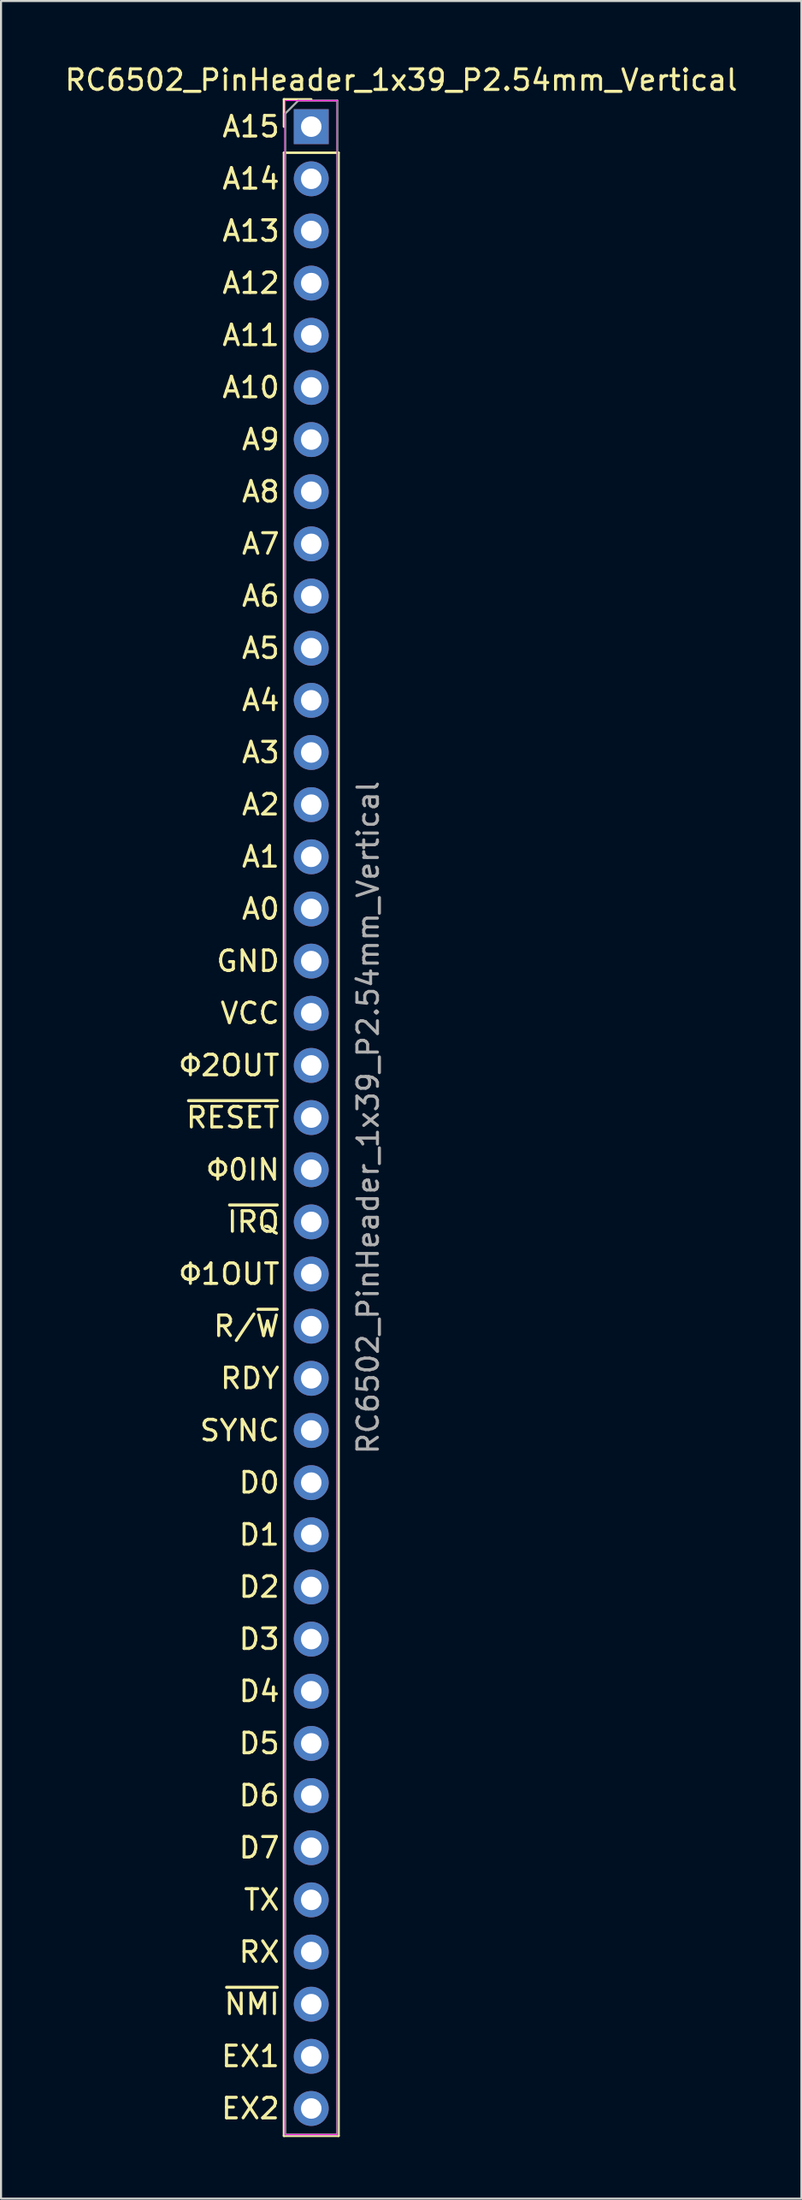
<source format=kicad_pcb>
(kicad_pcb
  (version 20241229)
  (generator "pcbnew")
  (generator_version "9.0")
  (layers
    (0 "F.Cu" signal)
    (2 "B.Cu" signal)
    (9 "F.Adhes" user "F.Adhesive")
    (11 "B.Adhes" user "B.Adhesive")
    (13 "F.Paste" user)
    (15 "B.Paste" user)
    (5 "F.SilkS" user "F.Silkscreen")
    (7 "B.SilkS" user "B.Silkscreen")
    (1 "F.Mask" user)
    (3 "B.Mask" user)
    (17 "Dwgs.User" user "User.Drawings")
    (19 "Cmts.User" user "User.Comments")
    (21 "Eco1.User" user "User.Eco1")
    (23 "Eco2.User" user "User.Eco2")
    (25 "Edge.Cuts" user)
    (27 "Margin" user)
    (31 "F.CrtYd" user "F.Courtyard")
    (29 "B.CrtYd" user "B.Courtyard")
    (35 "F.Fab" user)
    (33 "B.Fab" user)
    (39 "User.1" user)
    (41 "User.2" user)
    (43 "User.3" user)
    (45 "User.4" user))
  (footprint "RC6502_PinHeader_1x39_P2.54mm_Vertical"
    (layer "F.Cu")
    (at 12.121 3.118)
    (property "Reference" "RC6502_PinHeader_1x39_P2.54mm_Vertical" (at 4.385 -2.27 0) (layer "F.SilkS") (effects (font (size 1 1) (thickness 0.15))))
    (attr through_hole)
    (fp_line (start -1.33 -1.33) (end 0 -1.33) (stroke (width 0.12) (type solid)) (layer "F.SilkS"))
    (fp_line (start -1.33 0) (end -1.33 -1.33) (stroke (width 0.12) (type solid)) (layer "F.SilkS"))
    (fp_line (start -1.33 1.27) (end -1.33 97.85) (stroke (width 0.12) (type solid)) (layer "F.SilkS"))
    (fp_line (start -1.33 1.27) (end 1.33 1.27) (stroke (width 0.12) (type solid)) (layer "F.SilkS"))
    (fp_line (start -1.33 97.85) (end 1.33 97.85) (stroke (width 0.12) (type solid)) (layer "F.SilkS"))
    (fp_line (start 1.33 1.27) (end 1.33 97.85) (stroke (width 0.12) (type solid)) (layer "F.SilkS"))
    (fp_line (start -1.27 -1.27) (end -1.27 97.79) (stroke (width 0.05) (type solid)) (layer "F.CrtYd"))
    (fp_line (start -1.27 -1.27) (end 1.27 -1.27) (stroke (width 0.05) (type solid)) (layer "F.CrtYd"))
    (fp_line (start -1.27 97.79) (end 1.27 97.79) (stroke (width 0.05) (type solid)) (layer "F.CrtYd"))
    (fp_line (start 1.27 -1.27) (end 1.27 97.79) (stroke (width 0.05) (type solid)) (layer "F.CrtYd"))
    (fp_line (start -1.27 -0.635) (end -0.635 -1.27) (stroke (width 0.1) (type solid)) (layer "F.Fab"))
    (fp_line (start -1.27 97.79) (end -1.27 -0.635) (stroke (width 0.1) (type solid)) (layer "F.Fab"))
    (fp_line (start -0.635 -1.27) (end 1.27 -1.27) (stroke (width 0.1) (type solid)) (layer "F.Fab"))
    (fp_line (start 1.27 -1.27) (end 1.27 97.79) (stroke (width 0.1) (type solid)) (layer "F.Fab"))
    (fp_line (start 1.27 97.79) (end -1.27 97.79) (stroke (width 0.1) (type solid)) (layer "F.Fab"))
    (fp_text user "D5" (at -1.46 78.74 0) (layer "F.SilkS") (effects (font (size 1 1) (thickness 0.15)) (justify right)))
    (fp_text user "RDY" (at -1.46 60.96 0) (layer "F.SilkS") (effects (font (size 1 1) (thickness 0.15)) (justify right)))
    (fp_text user "A5" (at -1.46 25.4 0) (layer "F.SilkS") (effects (font (size 1 1) (thickness 0.15)) (justify right)))
    (fp_text user "D6" (at -1.46 81.28 0) (layer "F.SilkS") (effects (font (size 1 1) (thickness 0.15)) (justify right)))
    (fp_text user "Φ1OUT" (at -1.46 55.88 0) (layer "F.SilkS") (effects (font (size 1 1) (thickness 0.15)) (justify right)))
    (fp_text user "GND" (at -1.46 40.64 0) (layer "F.SilkS") (effects (font (size 1 1) (thickness 0.15)) (justify right)))
    (fp_text user "Φ0IN" (at -1.46 50.8 0) (layer "F.SilkS") (effects (font (size 1 1) (thickness 0.15)) (justify right)))
    (fp_text user "EX1" (at -1.46 93.98 0) (layer "F.SilkS") (effects (font (size 1 1) (thickness 0.15)) (justify right)))
    (fp_text user "Φ2OUT" (at -1.46 45.72 0) (layer "F.SilkS") (effects (font (size 1 1) (thickness 0.15)) (justify right)))
    (fp_text user "A2" (at -1.46 33.02 0) (layer "F.SilkS") (effects (font (size 1 1) (thickness 0.15)) (justify right)))
    (fp_text user "A6" (at -1.46 22.86 0) (layer "F.SilkS") (effects (font (size 1 1) (thickness 0.15)) (justify right)))
    (fp_text user "TX" (at -1.46 86.36 0) (layer "F.SilkS") (effects (font (size 1 1) (thickness 0.15)) (justify right)))
    (fp_text user "D4" (at -1.46 76.2 0) (layer "F.SilkS") (effects (font (size 1 1) (thickness 0.15)) (justify right)))
    (fp_text user "~{RESET}" (at -1.46 48.26 0) (layer "F.SilkS") (effects (font (size 1 1) (thickness 0.15)) (justify right)))
    (fp_text user "A9" (at -1.46 15.24 0) (layer "F.SilkS") (effects (font (size 1 1) (thickness 0.15)) (justify right)))
    (fp_text user "D1" (at -1.46 68.58 0) (layer "F.SilkS") (effects (font (size 1 1) (thickness 0.15)) (justify right)))
    (fp_text user "A10" (at -1.46 12.7 0) (layer "F.SilkS") (effects (font (size 1 1) (thickness 0.15)) (justify right)))
    (fp_text user "~{IRQ}" (at -1.46 53.34 0) (layer "F.SilkS") (effects (font (size 1 1) (thickness 0.15)) (justify right)))
    (fp_text user "A8" (at -1.46 17.78 0) (layer "F.SilkS") (effects (font (size 1 1) (thickness 0.15)) (justify right)))
    (fp_text user "VCC" (at -1.46 43.18 0) (layer "F.SilkS") (effects (font (size 1 1) (thickness 0.15)) (justify right)))
    (fp_text user "SYNC" (at -1.46 63.5 0) (layer "F.SilkS") (effects (font (size 1 1) (thickness 0.15)) (justify right)))
    (fp_text user "A3" (at -1.46 30.48 0) (layer "F.SilkS") (effects (font (size 1 1) (thickness 0.15)) (justify right)))
    (fp_text user "A14" (at -1.46 2.54 0) (layer "F.SilkS") (effects (font (size 1 1) (thickness 0.15)) (justify right)))
    (fp_text user "D0" (at -1.46 66.04 0) (layer "F.SilkS") (effects (font (size 1 1) (thickness 0.15)) (justify right)))
    (fp_text user "D3" (at -1.46 73.66 0) (layer "F.SilkS") (effects (font (size 1 1) (thickness 0.15)) (justify right)))
    (fp_text user "R/~{W}" (at -1.46 58.42 0) (layer "F.SilkS") (effects (font (size 1 1) (thickness 0.15)) (justify right)))
    (fp_text user "A7" (at -1.46 20.32 0) (layer "F.SilkS") (effects (font (size 1 1) (thickness 0.15)) (justify right)))
    (fp_text user "D2" (at -1.46 71.12 0) (layer "F.SilkS") (effects (font (size 1 1) (thickness 0.15)) (justify right)))
    (fp_text user "EX2" (at -1.46 96.52 0) (layer "F.SilkS") (effects (font (size 1 1) (thickness 0.15)) (justify right)))
    (fp_text user "RX" (at -1.46 88.9 0) (layer "F.SilkS") (effects (font (size 1 1) (thickness 0.15)) (justify right)))
    (fp_text user "A1" (at -1.46 35.56 0) (layer "F.SilkS") (effects (font (size 1 1) (thickness 0.15)) (justify right)))
    (fp_text user "A12" (at -1.46 7.62 0) (layer "F.SilkS") (effects (font (size 1 1) (thickness 0.15)) (justify right)))
    (fp_text user "A4" (at -1.46 27.94 0) (layer "F.SilkS") (effects (font (size 1 1) (thickness 0.15)) (justify right)))
    (fp_text user "A15" (at -1.46 0 0) (layer "F.SilkS") (effects (font (size 1 1) (thickness 0.15)) (justify right)))
    (fp_text user "A0" (at -1.46 38.1 0) (layer "F.SilkS") (effects (font (size 1 1) (thickness 0.15)) (justify right)))
    (fp_text user "~{NMI}" (at -1.46 91.44 0) (layer "F.SilkS") (effects (font (size 1 1) (thickness 0.15)) (justify right)))
    (fp_text user "D7" (at -1.46 83.82 0) (layer "F.SilkS") (effects (font (size 1 1) (thickness 0.15)) (justify right)))
    (fp_text user "A13" (at -1.46 5.08 0) (layer "F.SilkS") (effects (font (size 1 1) (thickness 0.15)) (justify right)))
    (fp_text user "A11" (at -1.46 10.16 0) (layer "F.SilkS") (effects (font (size 1 1) (thickness 0.15)) (justify right)))
    (fp_text user "${REFERENCE}" (at 2.77 48.26 90) (layer "F.Fab") (effects (font (size 1 1) (thickness 0.15))))
    (pad "1" thru_hole rect (at 0 0) (size 1.7 1.7) (drill 1) (layers "*.Cu" "*.Mask"))
    (pad "2" thru_hole oval (at 0 2.54) (size 1.7 1.7) (drill 1) (layers "*.Cu" "*.Mask"))
    (pad "3" thru_hole oval (at 0 5.08) (size 1.7 1.7) (drill 1) (layers "*.Cu" "*.Mask"))
    (pad "4" thru_hole oval (at 0 7.62) (size 1.7 1.7) (drill 1) (layers "*.Cu" "*.Mask"))
    (pad "5" thru_hole oval (at 0 10.16) (size 1.7 1.7) (drill 1) (layers "*.Cu" "*.Mask"))
    (pad "6" thru_hole oval (at 0 12.7) (size 1.7 1.7) (drill 1) (layers "*.Cu" "*.Mask"))
    (pad "7" thru_hole oval (at 0 15.24) (size 1.7 1.7) (drill 1) (layers "*.Cu" "*.Mask"))
    (pad "8" thru_hole oval (at 0 17.78) (size 1.7 1.7) (drill 1) (layers "*.Cu" "*.Mask"))
    (pad "9" thru_hole oval (at 0 20.32) (size 1.7 1.7) (drill 1) (layers "*.Cu" "*.Mask"))
    (pad "10" thru_hole oval (at 0 22.86) (size 1.7 1.7) (drill 1) (layers "*.Cu" "*.Mask"))
    (pad "11" thru_hole oval (at 0 25.4) (size 1.7 1.7) (drill 1) (layers "*.Cu" "*.Mask"))
    (pad "12" thru_hole oval (at 0 27.94) (size 1.7 1.7) (drill 1) (layers "*.Cu" "*.Mask"))
    (pad "13" thru_hole oval (at 0 30.48) (size 1.7 1.7) (drill 1) (layers "*.Cu" "*.Mask"))
    (pad "14" thru_hole oval (at 0 33.02) (size 1.7 1.7) (drill 1) (layers "*.Cu" "*.Mask"))
    (pad "15" thru_hole oval (at 0 35.56) (size 1.7 1.7) (drill 1) (layers "*.Cu" "*.Mask"))
    (pad "16" thru_hole oval (at 0 38.1) (size 1.7 1.7) (drill 1) (layers "*.Cu" "*.Mask"))
    (pad "17" thru_hole oval (at 0 40.64) (size 1.7 1.7) (drill 1) (layers "*.Cu" "*.Mask"))
    (pad "18" thru_hole oval (at 0 43.18) (size 1.7 1.7) (drill 1) (layers "*.Cu" "*.Mask"))
    (pad "19" thru_hole oval (at 0 45.72) (size 1.7 1.7) (drill 1) (layers "*.Cu" "*.Mask"))
    (pad "20" thru_hole oval (at 0 48.26) (size 1.7 1.7) (drill 1) (layers "*.Cu" "*.Mask"))
    (pad "21" thru_hole oval (at 0 50.8) (size 1.7 1.7) (drill 1) (layers "*.Cu" "*.Mask"))
    (pad "22" thru_hole oval (at 0 53.34) (size 1.7 1.7) (drill 1) (layers "*.Cu" "*.Mask"))
    (pad "23" thru_hole oval (at 0 55.88) (size 1.7 1.7) (drill 1) (layers "*.Cu" "*.Mask"))
    (pad "24" thru_hole oval (at 0 58.42) (size 1.7 1.7) (drill 1) (layers "*.Cu" "*.Mask"))
    (pad "25" thru_hole oval (at 0 60.96) (size 1.7 1.7) (drill 1) (layers "*.Cu" "*.Mask"))
    (pad "26" thru_hole oval (at 0 63.5) (size 1.7 1.7) (drill 1) (layers "*.Cu" "*.Mask"))
    (pad "27" thru_hole oval (at 0 66.04) (size 1.7 1.7) (drill 1) (layers "*.Cu" "*.Mask"))
    (pad "28" thru_hole oval (at 0 68.58) (size 1.7 1.7) (drill 1) (layers "*.Cu" "*.Mask"))
    (pad "29" thru_hole oval (at 0 71.12) (size 1.7 1.7) (drill 1) (layers "*.Cu" "*.Mask"))
    (pad "30" thru_hole oval (at 0 73.66) (size 1.7 1.7) (drill 1) (layers "*.Cu" "*.Mask"))
    (pad "31" thru_hole oval (at 0 76.2) (size 1.7 1.7) (drill 1) (layers "*.Cu" "*.Mask"))
    (pad "32" thru_hole oval (at 0 78.74) (size 1.7 1.7) (drill 1) (layers "*.Cu" "*.Mask"))
    (pad "33" thru_hole oval (at 0 81.28) (size 1.7 1.7) (drill 1) (layers "*.Cu" "*.Mask"))
    (pad "34" thru_hole oval (at 0 83.82) (size 1.7 1.7) (drill 1) (layers "*.Cu" "*.Mask"))
    (pad "35" thru_hole oval (at 0 86.36) (size 1.7 1.7) (drill 1) (layers "*.Cu" "*.Mask"))
    (pad "36" thru_hole oval (at 0 88.9) (size 1.7 1.7) (drill 1) (layers "*.Cu" "*.Mask"))
    (pad "37" thru_hole oval (at 0 91.44) (size 1.7 1.7) (drill 1) (layers "*.Cu" "*.Mask"))
    (pad "38" thru_hole oval (at 0 93.98) (size 1.7 1.7) (drill 1) (layers "*.Cu" "*.Mask"))
    (pad "39" thru_hole oval (at 0 96.52) (size 1.7 1.7) (drill 1) (layers "*.Cu" "*.Mask")))
  (gr_rect
    (start -3 -3)
    (end 36.012 104.028)
    (stroke (width 0.1) (type default))
    (fill no)
    (layer "Edge.Cuts")))
</source>
